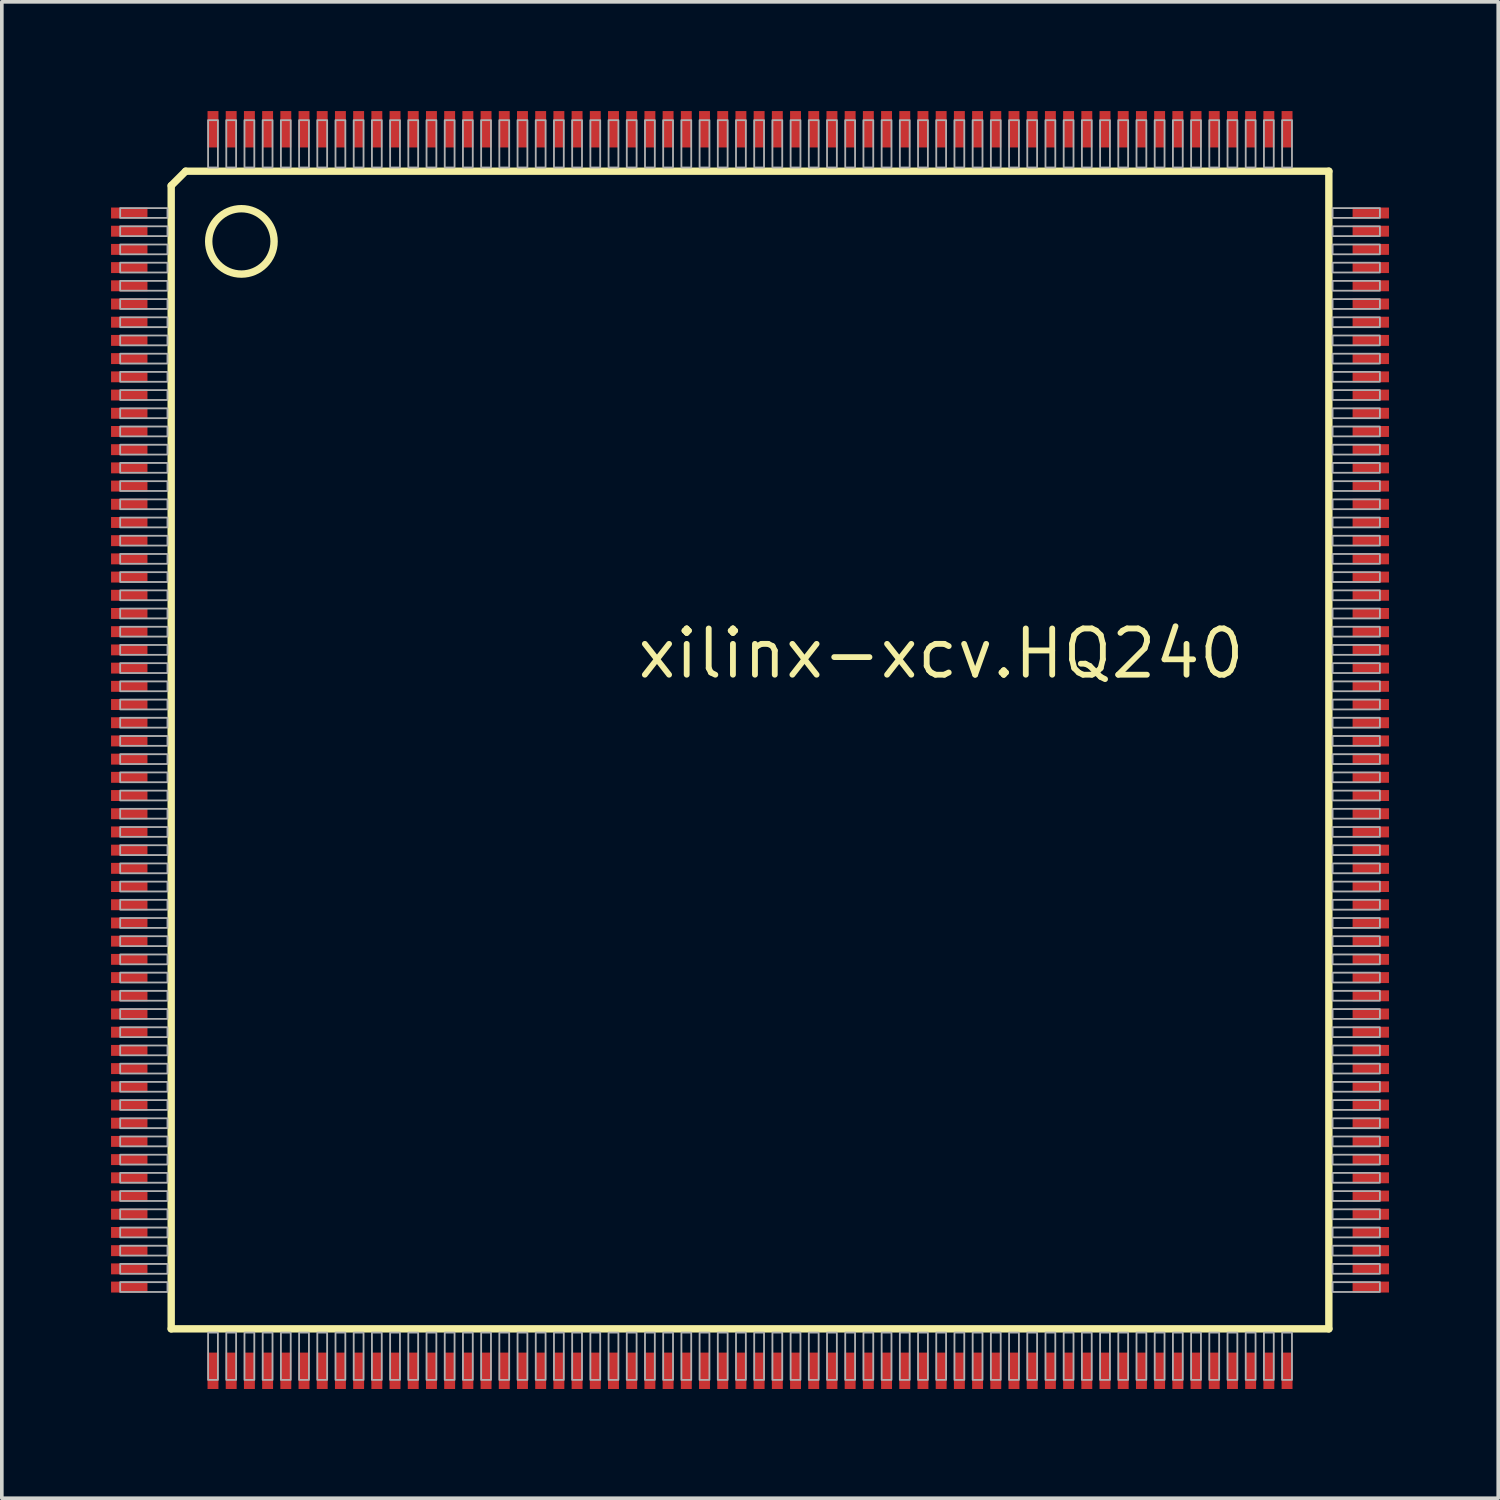
<source format=kicad_pcb>
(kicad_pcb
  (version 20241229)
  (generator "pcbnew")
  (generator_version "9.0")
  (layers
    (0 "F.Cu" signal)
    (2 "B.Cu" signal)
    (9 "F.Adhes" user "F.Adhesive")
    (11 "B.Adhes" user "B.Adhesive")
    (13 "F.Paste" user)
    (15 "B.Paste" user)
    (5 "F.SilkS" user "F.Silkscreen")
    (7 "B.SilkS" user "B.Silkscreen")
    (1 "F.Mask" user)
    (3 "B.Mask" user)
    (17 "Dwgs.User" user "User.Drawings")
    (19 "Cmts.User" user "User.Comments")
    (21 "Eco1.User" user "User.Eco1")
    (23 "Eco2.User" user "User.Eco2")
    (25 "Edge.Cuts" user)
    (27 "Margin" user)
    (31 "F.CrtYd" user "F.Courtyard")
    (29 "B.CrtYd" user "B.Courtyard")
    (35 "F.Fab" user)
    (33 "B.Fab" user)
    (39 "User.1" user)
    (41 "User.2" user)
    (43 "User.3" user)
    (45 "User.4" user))
  (footprint "xilinx-xcv.HQ240"
    (layer "F.Cu")
    (at 17.55 17.55)
    (property "Reference" "xilinx-xcv.HQ240" (at -3.175 -1.905 0) (layer "F.SilkS") (effects (font (size 1.27 1.27) (thickness 0.16)) (justify left bottom)))
    (attr smd)
    (fp_line (start -15.898 -15.5) (end -15.898 15.898) (stroke (width 0.203) (type default)) (layer "F.SilkS"))
    (fp_line (start -15.898 -15.5) (end -15.5 -15.898) (stroke (width 0.203) (type default)) (layer "F.SilkS"))
    (fp_line (start -15.898 15.898) (end 15.898 15.898) (stroke (width 0.203) (type default)) (layer "F.SilkS"))
    (fp_line (start 15.898 -15.898) (end -15.5 -15.898) (stroke (width 0.203) (type default)) (layer "F.SilkS"))
    (fp_line (start 15.898 15.898) (end 15.898 -15.898) (stroke (width 0.203) (type default)) (layer "F.SilkS"))
    (fp_circle (center -13.97 -13.97) (end -13.072 -13.97) (stroke (width 0.203) (type default)) (fill no) (layer "F.SilkS"))
    (fp_rect (start -17.3 -14.615) (end -16 -14.885) (stroke (width 0.05) (type default)) (fill no) (layer "F.Fab"))
    (fp_rect (start -17.3 -14.115) (end -16 -14.385) (stroke (width 0.05) (type default)) (fill no) (layer "F.Fab"))
    (fp_rect (start -17.3 -13.615) (end -16 -13.885) (stroke (width 0.05) (type default)) (fill no) (layer "F.Fab"))
    (fp_rect (start -17.3 -13.115) (end -16 -13.385) (stroke (width 0.05) (type default)) (fill no) (layer "F.Fab"))
    (fp_rect (start -17.3 -12.615) (end -16 -12.885) (stroke (width 0.05) (type default)) (fill no) (layer "F.Fab"))
    (fp_rect (start -17.3 -12.115) (end -16 -12.385) (stroke (width 0.05) (type default)) (fill no) (layer "F.Fab"))
    (fp_rect (start -17.3 -11.615) (end -16 -11.885) (stroke (width 0.05) (type default)) (fill no) (layer "F.Fab"))
    (fp_rect (start -17.3 -11.115) (end -16 -11.385) (stroke (width 0.05) (type default)) (fill no) (layer "F.Fab"))
    (fp_rect (start -17.3 -10.615) (end -16 -10.885) (stroke (width 0.05) (type default)) (fill no) (layer "F.Fab"))
    (fp_rect (start -17.3 -10.115) (end -16 -10.385) (stroke (width 0.05) (type default)) (fill no) (layer "F.Fab"))
    (fp_rect (start -17.3 -9.615) (end -16 -9.885) (stroke (width 0.05) (type default)) (fill no) (layer "F.Fab"))
    (fp_rect (start -17.3 -9.115) (end -16 -9.385) (stroke (width 0.05) (type default)) (fill no) (layer "F.Fab"))
    (fp_rect (start -17.3 -8.615) (end -16 -8.885) (stroke (width 0.05) (type default)) (fill no) (layer "F.Fab"))
    (fp_rect (start -17.3 -8.115) (end -16 -8.385) (stroke (width 0.05) (type default)) (fill no) (layer "F.Fab"))
    (fp_rect (start -17.3 -7.615) (end -16 -7.885) (stroke (width 0.05) (type default)) (fill no) (layer "F.Fab"))
    (fp_rect (start -17.3 -7.115) (end -16 -7.385) (stroke (width 0.05) (type default)) (fill no) (layer "F.Fab"))
    (fp_rect (start -17.3 -6.615) (end -16 -6.885) (stroke (width 0.05) (type default)) (fill no) (layer "F.Fab"))
    (fp_rect (start -17.3 -6.115) (end -16 -6.385) (stroke (width 0.05) (type default)) (fill no) (layer "F.Fab"))
    (fp_rect (start -17.3 -5.615) (end -16 -5.885) (stroke (width 0.05) (type default)) (fill no) (layer "F.Fab"))
    (fp_rect (start -17.3 -5.115) (end -16 -5.385) (stroke (width 0.05) (type default)) (fill no) (layer "F.Fab"))
    (fp_rect (start -17.3 -4.615) (end -16 -4.885) (stroke (width 0.05) (type default)) (fill no) (layer "F.Fab"))
    (fp_rect (start -17.3 -4.115) (end -16 -4.385) (stroke (width 0.05) (type default)) (fill no) (layer "F.Fab"))
    (fp_rect (start -17.3 -3.615) (end -16 -3.885) (stroke (width 0.05) (type default)) (fill no) (layer "F.Fab"))
    (fp_rect (start -17.3 -3.115) (end -16 -3.385) (stroke (width 0.05) (type default)) (fill no) (layer "F.Fab"))
    (fp_rect (start -17.3 -2.615) (end -16 -2.885) (stroke (width 0.05) (type default)) (fill no) (layer "F.Fab"))
    (fp_rect (start -17.3 -2.115) (end -16 -2.385) (stroke (width 0.05) (type default)) (fill no) (layer "F.Fab"))
    (fp_rect (start -17.3 -1.615) (end -16 -1.885) (stroke (width 0.05) (type default)) (fill no) (layer "F.Fab"))
    (fp_rect (start -17.3 -1.115) (end -16 -1.385) (stroke (width 0.05) (type default)) (fill no) (layer "F.Fab"))
    (fp_rect (start -17.3 -0.615) (end -16 -0.885) (stroke (width 0.05) (type default)) (fill no) (layer "F.Fab"))
    (fp_rect (start -17.3 -0.115) (end -16 -0.385) (stroke (width 0.05) (type default)) (fill no) (layer "F.Fab"))
    (fp_rect (start -17.3 0.385) (end -16 0.115) (stroke (width 0.05) (type default)) (fill no) (layer "F.Fab"))
    (fp_rect (start -17.3 0.885) (end -16 0.615) (stroke (width 0.05) (type default)) (fill no) (layer "F.Fab"))
    (fp_rect (start -17.3 1.385) (end -16 1.115) (stroke (width 0.05) (type default)) (fill no) (layer "F.Fab"))
    (fp_rect (start -17.3 1.885) (end -16 1.615) (stroke (width 0.05) (type default)) (fill no) (layer "F.Fab"))
    (fp_rect (start -17.3 2.385) (end -16 2.115) (stroke (width 0.05) (type default)) (fill no) (layer "F.Fab"))
    (fp_rect (start -17.3 2.885) (end -16 2.615) (stroke (width 0.05) (type default)) (fill no) (layer "F.Fab"))
    (fp_rect (start -17.3 3.385) (end -16 3.115) (stroke (width 0.05) (type default)) (fill no) (layer "F.Fab"))
    (fp_rect (start -17.3 3.885) (end -16 3.615) (stroke (width 0.05) (type default)) (fill no) (layer "F.Fab"))
    (fp_rect (start -17.3 4.385) (end -16 4.115) (stroke (width 0.05) (type default)) (fill no) (layer "F.Fab"))
    (fp_rect (start -17.3 4.885) (end -16 4.615) (stroke (width 0.05) (type default)) (fill no) (layer "F.Fab"))
    (fp_rect (start -17.3 5.385) (end -16 5.115) (stroke (width 0.05) (type default)) (fill no) (layer "F.Fab"))
    (fp_rect (start -17.3 5.885) (end -16 5.615) (stroke (width 0.05) (type default)) (fill no) (layer "F.Fab"))
    (fp_rect (start -17.3 6.385) (end -16 6.115) (stroke (width 0.05) (type default)) (fill no) (layer "F.Fab"))
    (fp_rect (start -17.3 6.885) (end -16 6.615) (stroke (width 0.05) (type default)) (fill no) (layer "F.Fab"))
    (fp_rect (start -17.3 7.385) (end -16 7.115) (stroke (width 0.05) (type default)) (fill no) (layer "F.Fab"))
    (fp_rect (start -17.3 7.885) (end -16 7.615) (stroke (width 0.05) (type default)) (fill no) (layer "F.Fab"))
    (fp_rect (start -17.3 8.385) (end -16 8.115) (stroke (width 0.05) (type default)) (fill no) (layer "F.Fab"))
    (fp_rect (start -17.3 8.885) (end -16 8.615) (stroke (width 0.05) (type default)) (fill no) (layer "F.Fab"))
    (fp_rect (start -17.3 9.385) (end -16 9.115) (stroke (width 0.05) (type default)) (fill no) (layer "F.Fab"))
    (fp_rect (start -17.3 9.885) (end -16 9.615) (stroke (width 0.05) (type default)) (fill no) (layer "F.Fab"))
    (fp_rect (start -17.3 10.385) (end -16 10.115) (stroke (width 0.05) (type default)) (fill no) (layer "F.Fab"))
    (fp_rect (start -17.3 10.885) (end -16 10.615) (stroke (width 0.05) (type default)) (fill no) (layer "F.Fab"))
    (fp_rect (start -17.3 11.385) (end -16 11.115) (stroke (width 0.05) (type default)) (fill no) (layer "F.Fab"))
    (fp_rect (start -17.3 11.885) (end -16 11.615) (stroke (width 0.05) (type default)) (fill no) (layer "F.Fab"))
    (fp_rect (start -17.3 12.385) (end -16 12.115) (stroke (width 0.05) (type default)) (fill no) (layer "F.Fab"))
    (fp_rect (start -17.3 12.885) (end -16 12.615) (stroke (width 0.05) (type default)) (fill no) (layer "F.Fab"))
    (fp_rect (start -17.3 13.385) (end -16 13.115) (stroke (width 0.05) (type default)) (fill no) (layer "F.Fab"))
    (fp_rect (start -17.3 13.885) (end -16 13.615) (stroke (width 0.05) (type default)) (fill no) (layer "F.Fab"))
    (fp_rect (start -17.3 14.385) (end -16 14.115) (stroke (width 0.05) (type default)) (fill no) (layer "F.Fab"))
    (fp_rect (start -17.3 14.885) (end -16 14.615) (stroke (width 0.05) (type default)) (fill no) (layer "F.Fab"))
    (fp_rect (start -14.885 -16) (end -14.615 -17.3) (stroke (width 0.05) (type default)) (fill no) (layer "F.Fab"))
    (fp_rect (start -14.885 17.3) (end -14.615 16) (stroke (width 0.05) (type default)) (fill no) (layer "F.Fab"))
    (fp_rect (start -14.385 -16) (end -14.115 -17.3) (stroke (width 0.05) (type default)) (fill no) (layer "F.Fab"))
    (fp_rect (start -14.385 17.3) (end -14.115 16) (stroke (width 0.05) (type default)) (fill no) (layer "F.Fab"))
    (fp_rect (start -13.885 -16) (end -13.615 -17.3) (stroke (width 0.05) (type default)) (fill no) (layer "F.Fab"))
    (fp_rect (start -13.885 17.3) (end -13.615 16) (stroke (width 0.05) (type default)) (fill no) (layer "F.Fab"))
    (fp_rect (start -13.385 -16) (end -13.115 -17.3) (stroke (width 0.05) (type default)) (fill no) (layer "F.Fab"))
    (fp_rect (start -13.385 17.3) (end -13.115 16) (stroke (width 0.05) (type default)) (fill no) (layer "F.Fab"))
    (fp_rect (start -12.885 -16) (end -12.615 -17.3) (stroke (width 0.05) (type default)) (fill no) (layer "F.Fab"))
    (fp_rect (start -12.885 17.3) (end -12.615 16) (stroke (width 0.05) (type default)) (fill no) (layer "F.Fab"))
    (fp_rect (start -12.385 -16) (end -12.115 -17.3) (stroke (width 0.05) (type default)) (fill no) (layer "F.Fab"))
    (fp_rect (start -12.385 17.3) (end -12.115 16) (stroke (width 0.05) (type default)) (fill no) (layer "F.Fab"))
    (fp_rect (start -11.885 -16) (end -11.615 -17.3) (stroke (width 0.05) (type default)) (fill no) (layer "F.Fab"))
    (fp_rect (start -11.885 17.3) (end -11.615 16) (stroke (width 0.05) (type default)) (fill no) (layer "F.Fab"))
    (fp_rect (start -11.385 -16) (end -11.115 -17.3) (stroke (width 0.05) (type default)) (fill no) (layer "F.Fab"))
    (fp_rect (start -11.385 17.3) (end -11.115 16) (stroke (width 0.05) (type default)) (fill no) (layer "F.Fab"))
    (fp_rect (start -10.885 -16) (end -10.615 -17.3) (stroke (width 0.05) (type default)) (fill no) (layer "F.Fab"))
    (fp_rect (start -10.885 17.3) (end -10.615 16) (stroke (width 0.05) (type default)) (fill no) (layer "F.Fab"))
    (fp_rect (start -10.385 -16) (end -10.115 -17.3) (stroke (width 0.05) (type default)) (fill no) (layer "F.Fab"))
    (fp_rect (start -10.385 17.3) (end -10.115 16) (stroke (width 0.05) (type default)) (fill no) (layer "F.Fab"))
    (fp_rect (start -9.885 -16) (end -9.615 -17.3) (stroke (width 0.05) (type default)) (fill no) (layer "F.Fab"))
    (fp_rect (start -9.885 17.3) (end -9.615 16) (stroke (width 0.05) (type default)) (fill no) (layer "F.Fab"))
    (fp_rect (start -9.385 -16) (end -9.115 -17.3) (stroke (width 0.05) (type default)) (fill no) (layer "F.Fab"))
    (fp_rect (start -9.385 17.3) (end -9.115 16) (stroke (width 0.05) (type default)) (fill no) (layer "F.Fab"))
    (fp_rect (start -8.885 -16) (end -8.615 -17.3) (stroke (width 0.05) (type default)) (fill no) (layer "F.Fab"))
    (fp_rect (start -8.885 17.3) (end -8.615 16) (stroke (width 0.05) (type default)) (fill no) (layer "F.Fab"))
    (fp_rect (start -8.385 -16) (end -8.115 -17.3) (stroke (width 0.05) (type default)) (fill no) (layer "F.Fab"))
    (fp_rect (start -8.385 17.3) (end -8.115 16) (stroke (width 0.05) (type default)) (fill no) (layer "F.Fab"))
    (fp_rect (start -7.885 -16) (end -7.615 -17.3) (stroke (width 0.05) (type default)) (fill no) (layer "F.Fab"))
    (fp_rect (start -7.885 17.3) (end -7.615 16) (stroke (width 0.05) (type default)) (fill no) (layer "F.Fab"))
    (fp_rect (start -7.385 -16) (end -7.115 -17.3) (stroke (width 0.05) (type default)) (fill no) (layer "F.Fab"))
    (fp_rect (start -7.385 17.3) (end -7.115 16) (stroke (width 0.05) (type default)) (fill no) (layer "F.Fab"))
    (fp_rect (start -6.885 -16) (end -6.615 -17.3) (stroke (width 0.05) (type default)) (fill no) (layer "F.Fab"))
    (fp_rect (start -6.885 17.3) (end -6.615 16) (stroke (width 0.05) (type default)) (fill no) (layer "F.Fab"))
    (fp_rect (start -6.385 -16) (end -6.115 -17.3) (stroke (width 0.05) (type default)) (fill no) (layer "F.Fab"))
    (fp_rect (start -6.385 17.3) (end -6.115 16) (stroke (width 0.05) (type default)) (fill no) (layer "F.Fab"))
    (fp_rect (start -5.885 -16) (end -5.615 -17.3) (stroke (width 0.05) (type default)) (fill no) (layer "F.Fab"))
    (fp_rect (start -5.885 17.3) (end -5.615 16) (stroke (width 0.05) (type default)) (fill no) (layer "F.Fab"))
    (fp_rect (start -5.385 -16) (end -5.115 -17.3) (stroke (width 0.05) (type default)) (fill no) (layer "F.Fab"))
    (fp_rect (start -5.385 17.3) (end -5.115 16) (stroke (width 0.05) (type default)) (fill no) (layer "F.Fab"))
    (fp_rect (start -4.885 -16) (end -4.615 -17.3) (stroke (width 0.05) (type default)) (fill no) (layer "F.Fab"))
    (fp_rect (start -4.885 17.3) (end -4.615 16) (stroke (width 0.05) (type default)) (fill no) (layer "F.Fab"))
    (fp_rect (start -4.385 -16) (end -4.115 -17.3) (stroke (width 0.05) (type default)) (fill no) (layer "F.Fab"))
    (fp_rect (start -4.385 17.3) (end -4.115 16) (stroke (width 0.05) (type default)) (fill no) (layer "F.Fab"))
    (fp_rect (start -3.885 -16) (end -3.615 -17.3) (stroke (width 0.05) (type default)) (fill no) (layer "F.Fab"))
    (fp_rect (start -3.885 17.3) (end -3.615 16) (stroke (width 0.05) (type default)) (fill no) (layer "F.Fab"))
    (fp_rect (start -3.385 -16) (end -3.115 -17.3) (stroke (width 0.05) (type default)) (fill no) (layer "F.Fab"))
    (fp_rect (start -3.385 17.3) (end -3.115 16) (stroke (width 0.05) (type default)) (fill no) (layer "F.Fab"))
    (fp_rect (start -2.885 -16) (end -2.615 -17.3) (stroke (width 0.05) (type default)) (fill no) (layer "F.Fab"))
    (fp_rect (start -2.885 17.3) (end -2.615 16) (stroke (width 0.05) (type default)) (fill no) (layer "F.Fab"))
    (fp_rect (start -2.385 -16) (end -2.115 -17.3) (stroke (width 0.05) (type default)) (fill no) (layer "F.Fab"))
    (fp_rect (start -2.385 17.3) (end -2.115 16) (stroke (width 0.05) (type default)) (fill no) (layer "F.Fab"))
    (fp_rect (start -1.885 -16) (end -1.615 -17.3) (stroke (width 0.05) (type default)) (fill no) (layer "F.Fab"))
    (fp_rect (start -1.885 17.3) (end -1.615 16) (stroke (width 0.05) (type default)) (fill no) (layer "F.Fab"))
    (fp_rect (start -1.385 -16) (end -1.115 -17.3) (stroke (width 0.05) (type default)) (fill no) (layer "F.Fab"))
    (fp_rect (start -1.385 17.3) (end -1.115 16) (stroke (width 0.05) (type default)) (fill no) (layer "F.Fab"))
    (fp_rect (start -0.885 -16) (end -0.615 -17.3) (stroke (width 0.05) (type default)) (fill no) (layer "F.Fab"))
    (fp_rect (start -0.885 17.3) (end -0.615 16) (stroke (width 0.05) (type default)) (fill no) (layer "F.Fab"))
    (fp_rect (start -0.385 -16) (end -0.115 -17.3) (stroke (width 0.05) (type default)) (fill no) (layer "F.Fab"))
    (fp_rect (start -0.385 17.3) (end -0.115 16) (stroke (width 0.05) (type default)) (fill no) (layer "F.Fab"))
    (fp_rect (start 0.115 -16) (end 0.385 -17.3) (stroke (width 0.05) (type default)) (fill no) (layer "F.Fab"))
    (fp_rect (start 0.115 17.3) (end 0.385 16) (stroke (width 0.05) (type default)) (fill no) (layer "F.Fab"))
    (fp_rect (start 0.615 -16) (end 0.885 -17.3) (stroke (width 0.05) (type default)) (fill no) (layer "F.Fab"))
    (fp_rect (start 0.615 17.3) (end 0.885 16) (stroke (width 0.05) (type default)) (fill no) (layer "F.Fab"))
    (fp_rect (start 1.115 -16) (end 1.385 -17.3) (stroke (width 0.05) (type default)) (fill no) (layer "F.Fab"))
    (fp_rect (start 1.115 17.3) (end 1.385 16) (stroke (width 0.05) (type default)) (fill no) (layer "F.Fab"))
    (fp_rect (start 1.615 -16) (end 1.885 -17.3) (stroke (width 0.05) (type default)) (fill no) (layer "F.Fab"))
    (fp_rect (start 1.615 17.3) (end 1.885 16) (stroke (width 0.05) (type default)) (fill no) (layer "F.Fab"))
    (fp_rect (start 2.115 -16) (end 2.385 -17.3) (stroke (width 0.05) (type default)) (fill no) (layer "F.Fab"))
    (fp_rect (start 2.115 17.3) (end 2.385 16) (stroke (width 0.05) (type default)) (fill no) (layer "F.Fab"))
    (fp_rect (start 2.615 -16) (end 2.885 -17.3) (stroke (width 0.05) (type default)) (fill no) (layer "F.Fab"))
    (fp_rect (start 2.615 17.3) (end 2.885 16) (stroke (width 0.05) (type default)) (fill no) (layer "F.Fab"))
    (fp_rect (start 3.115 -16) (end 3.385 -17.3) (stroke (width 0.05) (type default)) (fill no) (layer "F.Fab"))
    (fp_rect (start 3.115 17.3) (end 3.385 16) (stroke (width 0.05) (type default)) (fill no) (layer "F.Fab"))
    (fp_rect (start 3.615 -16) (end 3.885 -17.3) (stroke (width 0.05) (type default)) (fill no) (layer "F.Fab"))
    (fp_rect (start 3.615 17.3) (end 3.885 16) (stroke (width 0.05) (type default)) (fill no) (layer "F.Fab"))
    (fp_rect (start 4.115 -16) (end 4.385 -17.3) (stroke (width 0.05) (type default)) (fill no) (layer "F.Fab"))
    (fp_rect (start 4.115 17.3) (end 4.385 16) (stroke (width 0.05) (type default)) (fill no) (layer "F.Fab"))
    (fp_rect (start 4.615 -16) (end 4.885 -17.3) (stroke (width 0.05) (type default)) (fill no) (layer "F.Fab"))
    (fp_rect (start 4.615 17.3) (end 4.885 16) (stroke (width 0.05) (type default)) (fill no) (layer "F.Fab"))
    (fp_rect (start 5.115 -16) (end 5.385 -17.3) (stroke (width 0.05) (type default)) (fill no) (layer "F.Fab"))
    (fp_rect (start 5.115 17.3) (end 5.385 16) (stroke (width 0.05) (type default)) (fill no) (layer "F.Fab"))
    (fp_rect (start 5.615 -16) (end 5.885 -17.3) (stroke (width 0.05) (type default)) (fill no) (layer "F.Fab"))
    (fp_rect (start 5.615 17.3) (end 5.885 16) (stroke (width 0.05) (type default)) (fill no) (layer "F.Fab"))
    (fp_rect (start 6.115 -16) (end 6.385 -17.3) (stroke (width 0.05) (type default)) (fill no) (layer "F.Fab"))
    (fp_rect (start 6.115 17.3) (end 6.385 16) (stroke (width 0.05) (type default)) (fill no) (layer "F.Fab"))
    (fp_rect (start 6.615 -16) (end 6.885 -17.3) (stroke (width 0.05) (type default)) (fill no) (layer "F.Fab"))
    (fp_rect (start 6.615 17.3) (end 6.885 16) (stroke (width 0.05) (type default)) (fill no) (layer "F.Fab"))
    (fp_rect (start 7.115 -16) (end 7.385 -17.3) (stroke (width 0.05) (type default)) (fill no) (layer "F.Fab"))
    (fp_rect (start 7.115 17.3) (end 7.385 16) (stroke (width 0.05) (type default)) (fill no) (layer "F.Fab"))
    (fp_rect (start 7.615 -16) (end 7.885 -17.3) (stroke (width 0.05) (type default)) (fill no) (layer "F.Fab"))
    (fp_rect (start 7.615 17.3) (end 7.885 16) (stroke (width 0.05) (type default)) (fill no) (layer "F.Fab"))
    (fp_rect (start 8.115 -16) (end 8.385 -17.3) (stroke (width 0.05) (type default)) (fill no) (layer "F.Fab"))
    (fp_rect (start 8.115 17.3) (end 8.385 16) (stroke (width 0.05) (type default)) (fill no) (layer "F.Fab"))
    (fp_rect (start 8.615 -16) (end 8.885 -17.3) (stroke (width 0.05) (type default)) (fill no) (layer "F.Fab"))
    (fp_rect (start 8.615 17.3) (end 8.885 16) (stroke (width 0.05) (type default)) (fill no) (layer "F.Fab"))
    (fp_rect (start 9.115 -16) (end 9.385 -17.3) (stroke (width 0.05) (type default)) (fill no) (layer "F.Fab"))
    (fp_rect (start 9.115 17.3) (end 9.385 16) (stroke (width 0.05) (type default)) (fill no) (layer "F.Fab"))
    (fp_rect (start 9.615 -16) (end 9.885 -17.3) (stroke (width 0.05) (type default)) (fill no) (layer "F.Fab"))
    (fp_rect (start 9.615 17.3) (end 9.885 16) (stroke (width 0.05) (type default)) (fill no) (layer "F.Fab"))
    (fp_rect (start 10.115 -16) (end 10.385 -17.3) (stroke (width 0.05) (type default)) (fill no) (layer "F.Fab"))
    (fp_rect (start 10.115 17.3) (end 10.385 16) (stroke (width 0.05) (type default)) (fill no) (layer "F.Fab"))
    (fp_rect (start 10.615 -16) (end 10.885 -17.3) (stroke (width 0.05) (type default)) (fill no) (layer "F.Fab"))
    (fp_rect (start 10.615 17.3) (end 10.885 16) (stroke (width 0.05) (type default)) (fill no) (layer "F.Fab"))
    (fp_rect (start 11.115 -16) (end 11.385 -17.3) (stroke (width 0.05) (type default)) (fill no) (layer "F.Fab"))
    (fp_rect (start 11.115 17.3) (end 11.385 16) (stroke (width 0.05) (type default)) (fill no) (layer "F.Fab"))
    (fp_rect (start 11.615 -16) (end 11.885 -17.3) (stroke (width 0.05) (type default)) (fill no) (layer "F.Fab"))
    (fp_rect (start 11.615 17.3) (end 11.885 16) (stroke (width 0.05) (type default)) (fill no) (layer "F.Fab"))
    (fp_rect (start 12.115 -16) (end 12.385 -17.3) (stroke (width 0.05) (type default)) (fill no) (layer "F.Fab"))
    (fp_rect (start 12.115 17.3) (end 12.385 16) (stroke (width 0.05) (type default)) (fill no) (layer "F.Fab"))
    (fp_rect (start 12.615 -16) (end 12.885 -17.3) (stroke (width 0.05) (type default)) (fill no) (layer "F.Fab"))
    (fp_rect (start 12.615 17.3) (end 12.885 16) (stroke (width 0.05) (type default)) (fill no) (layer "F.Fab"))
    (fp_rect (start 13.115 -16) (end 13.385 -17.3) (stroke (width 0.05) (type default)) (fill no) (layer "F.Fab"))
    (fp_rect (start 13.115 17.3) (end 13.385 16) (stroke (width 0.05) (type default)) (fill no) (layer "F.Fab"))
    (fp_rect (start 13.615 -16) (end 13.885 -17.3) (stroke (width 0.05) (type default)) (fill no) (layer "F.Fab"))
    (fp_rect (start 13.615 17.3) (end 13.885 16) (stroke (width 0.05) (type default)) (fill no) (layer "F.Fab"))
    (fp_rect (start 14.115 -16) (end 14.385 -17.3) (stroke (width 0.05) (type default)) (fill no) (layer "F.Fab"))
    (fp_rect (start 14.115 17.3) (end 14.385 16) (stroke (width 0.05) (type default)) (fill no) (layer "F.Fab"))
    (fp_rect (start 14.615 -16) (end 14.885 -17.3) (stroke (width 0.05) (type default)) (fill no) (layer "F.Fab"))
    (fp_rect (start 14.615 17.3) (end 14.885 16) (stroke (width 0.05) (type default)) (fill no) (layer "F.Fab"))
    (fp_rect (start 16 -14.615) (end 17.3 -14.885) (stroke (width 0.05) (type default)) (fill no) (layer "F.Fab"))
    (fp_rect (start 16 -14.115) (end 17.3 -14.385) (stroke (width 0.05) (type default)) (fill no) (layer "F.Fab"))
    (fp_rect (start 16 -13.615) (end 17.3 -13.885) (stroke (width 0.05) (type default)) (fill no) (layer "F.Fab"))
    (fp_rect (start 16 -13.115) (end 17.3 -13.385) (stroke (width 0.05) (type default)) (fill no) (layer "F.Fab"))
    (fp_rect (start 16 -12.615) (end 17.3 -12.885) (stroke (width 0.05) (type default)) (fill no) (layer "F.Fab"))
    (fp_rect (start 16 -12.115) (end 17.3 -12.385) (stroke (width 0.05) (type default)) (fill no) (layer "F.Fab"))
    (fp_rect (start 16 -11.615) (end 17.3 -11.885) (stroke (width 0.05) (type default)) (fill no) (layer "F.Fab"))
    (fp_rect (start 16 -11.115) (end 17.3 -11.385) (stroke (width 0.05) (type default)) (fill no) (layer "F.Fab"))
    (fp_rect (start 16 -10.615) (end 17.3 -10.885) (stroke (width 0.05) (type default)) (fill no) (layer "F.Fab"))
    (fp_rect (start 16 -10.115) (end 17.3 -10.385) (stroke (width 0.05) (type default)) (fill no) (layer "F.Fab"))
    (fp_rect (start 16 -9.615) (end 17.3 -9.885) (stroke (width 0.05) (type default)) (fill no) (layer "F.Fab"))
    (fp_rect (start 16 -9.115) (end 17.3 -9.385) (stroke (width 0.05) (type default)) (fill no) (layer "F.Fab"))
    (fp_rect (start 16 -8.615) (end 17.3 -8.885) (stroke (width 0.05) (type default)) (fill no) (layer "F.Fab"))
    (fp_rect (start 16 -8.115) (end 17.3 -8.385) (stroke (width 0.05) (type default)) (fill no) (layer "F.Fab"))
    (fp_rect (start 16 -7.615) (end 17.3 -7.885) (stroke (width 0.05) (type default)) (fill no) (layer "F.Fab"))
    (fp_rect (start 16 -7.115) (end 17.3 -7.385) (stroke (width 0.05) (type default)) (fill no) (layer "F.Fab"))
    (fp_rect (start 16 -6.615) (end 17.3 -6.885) (stroke (width 0.05) (type default)) (fill no) (layer "F.Fab"))
    (fp_rect (start 16 -6.115) (end 17.3 -6.385) (stroke (width 0.05) (type default)) (fill no) (layer "F.Fab"))
    (fp_rect (start 16 -5.615) (end 17.3 -5.885) (stroke (width 0.05) (type default)) (fill no) (layer "F.Fab"))
    (fp_rect (start 16 -5.115) (end 17.3 -5.385) (stroke (width 0.05) (type default)) (fill no) (layer "F.Fab"))
    (fp_rect (start 16 -4.615) (end 17.3 -4.885) (stroke (width 0.05) (type default)) (fill no) (layer "F.Fab"))
    (fp_rect (start 16 -4.115) (end 17.3 -4.385) (stroke (width 0.05) (type default)) (fill no) (layer "F.Fab"))
    (fp_rect (start 16 -3.615) (end 17.3 -3.885) (stroke (width 0.05) (type default)) (fill no) (layer "F.Fab"))
    (fp_rect (start 16 -3.115) (end 17.3 -3.385) (stroke (width 0.05) (type default)) (fill no) (layer "F.Fab"))
    (fp_rect (start 16 -2.615) (end 17.3 -2.885) (stroke (width 0.05) (type default)) (fill no) (layer "F.Fab"))
    (fp_rect (start 16 -2.115) (end 17.3 -2.385) (stroke (width 0.05) (type default)) (fill no) (layer "F.Fab"))
    (fp_rect (start 16 -1.615) (end 17.3 -1.885) (stroke (width 0.05) (type default)) (fill no) (layer "F.Fab"))
    (fp_rect (start 16 -1.115) (end 17.3 -1.385) (stroke (width 0.05) (type default)) (fill no) (layer "F.Fab"))
    (fp_rect (start 16 -0.615) (end 17.3 -0.885) (stroke (width 0.05) (type default)) (fill no) (layer "F.Fab"))
    (fp_rect (start 16 -0.115) (end 17.3 -0.385) (stroke (width 0.05) (type default)) (fill no) (layer "F.Fab"))
    (fp_rect (start 16 0.385) (end 17.3 0.115) (stroke (width 0.05) (type default)) (fill no) (layer "F.Fab"))
    (fp_rect (start 16 0.885) (end 17.3 0.615) (stroke (width 0.05) (type default)) (fill no) (layer "F.Fab"))
    (fp_rect (start 16 1.385) (end 17.3 1.115) (stroke (width 0.05) (type default)) (fill no) (layer "F.Fab"))
    (fp_rect (start 16 1.885) (end 17.3 1.615) (stroke (width 0.05) (type default)) (fill no) (layer "F.Fab"))
    (fp_rect (start 16 2.385) (end 17.3 2.115) (stroke (width 0.05) (type default)) (fill no) (layer "F.Fab"))
    (fp_rect (start 16 2.885) (end 17.3 2.615) (stroke (width 0.05) (type default)) (fill no) (layer "F.Fab"))
    (fp_rect (start 16 3.385) (end 17.3 3.115) (stroke (width 0.05) (type default)) (fill no) (layer "F.Fab"))
    (fp_rect (start 16 3.885) (end 17.3 3.615) (stroke (width 0.05) (type default)) (fill no) (layer "F.Fab"))
    (fp_rect (start 16 4.385) (end 17.3 4.115) (stroke (width 0.05) (type default)) (fill no) (layer "F.Fab"))
    (fp_rect (start 16 4.885) (end 17.3 4.615) (stroke (width 0.05) (type default)) (fill no) (layer "F.Fab"))
    (fp_rect (start 16 5.385) (end 17.3 5.115) (stroke (width 0.05) (type default)) (fill no) (layer "F.Fab"))
    (fp_rect (start 16 5.885) (end 17.3 5.615) (stroke (width 0.05) (type default)) (fill no) (layer "F.Fab"))
    (fp_rect (start 16 6.385) (end 17.3 6.115) (stroke (width 0.05) (type default)) (fill no) (layer "F.Fab"))
    (fp_rect (start 16 6.885) (end 17.3 6.615) (stroke (width 0.05) (type default)) (fill no) (layer "F.Fab"))
    (fp_rect (start 16 7.385) (end 17.3 7.115) (stroke (width 0.05) (type default)) (fill no) (layer "F.Fab"))
    (fp_rect (start 16 7.885) (end 17.3 7.615) (stroke (width 0.05) (type default)) (fill no) (layer "F.Fab"))
    (fp_rect (start 16 8.385) (end 17.3 8.115) (stroke (width 0.05) (type default)) (fill no) (layer "F.Fab"))
    (fp_rect (start 16 8.885) (end 17.3 8.615) (stroke (width 0.05) (type default)) (fill no) (layer "F.Fab"))
    (fp_rect (start 16 9.385) (end 17.3 9.115) (stroke (width 0.05) (type default)) (fill no) (layer "F.Fab"))
    (fp_rect (start 16 9.885) (end 17.3 9.615) (stroke (width 0.05) (type default)) (fill no) (layer "F.Fab"))
    (fp_rect (start 16 10.385) (end 17.3 10.115) (stroke (width 0.05) (type default)) (fill no) (layer "F.Fab"))
    (fp_rect (start 16 10.885) (end 17.3 10.615) (stroke (width 0.05) (type default)) (fill no) (layer "F.Fab"))
    (fp_rect (start 16 11.385) (end 17.3 11.115) (stroke (width 0.05) (type default)) (fill no) (layer "F.Fab"))
    (fp_rect (start 16 11.885) (end 17.3 11.615) (stroke (width 0.05) (type default)) (fill no) (layer "F.Fab"))
    (fp_rect (start 16 12.385) (end 17.3 12.115) (stroke (width 0.05) (type default)) (fill no) (layer "F.Fab"))
    (fp_rect (start 16 12.885) (end 17.3 12.615) (stroke (width 0.05) (type default)) (fill no) (layer "F.Fab"))
    (fp_rect (start 16 13.385) (end 17.3 13.115) (stroke (width 0.05) (type default)) (fill no) (layer "F.Fab"))
    (fp_rect (start 16 13.885) (end 17.3 13.615) (stroke (width 0.05) (type default)) (fill no) (layer "F.Fab"))
    (fp_rect (start 16 14.385) (end 17.3 14.115) (stroke (width 0.05) (type default)) (fill no) (layer "F.Fab"))
    (fp_rect (start 16 14.885) (end 17.3 14.615) (stroke (width 0.05) (type default)) (fill no) (layer "F.Fab"))
    (pad "1" smd roundrect (at -17.05 -14.75) (size 1 0.3) (layers "F.Cu" "F.Mask" "F.Paste") (roundrect_rratio 0.01))
    (pad "2" smd roundrect (at -17.05 -14.25) (size 1 0.3) (layers "F.Cu" "F.Mask" "F.Paste") (roundrect_rratio 0.01))
    (pad "3" smd roundrect (at -17.05 -13.75) (size 1 0.3) (layers "F.Cu" "F.Mask" "F.Paste") (roundrect_rratio 0.01))
    (pad "4" smd roundrect (at -17.05 -13.25) (size 1 0.3) (layers "F.Cu" "F.Mask" "F.Paste") (roundrect_rratio 0.01))
    (pad "5" smd roundrect (at -17.05 -12.75) (size 1 0.3) (layers "F.Cu" "F.Mask" "F.Paste") (roundrect_rratio 0.01))
    (pad "6" smd roundrect (at -17.05 -12.25) (size 1 0.3) (layers "F.Cu" "F.Mask" "F.Paste") (roundrect_rratio 0.01))
    (pad "7" smd roundrect (at -17.05 -11.75) (size 1 0.3) (layers "F.Cu" "F.Mask" "F.Paste") (roundrect_rratio 0.01))
    (pad "8" smd roundrect (at -17.05 -11.25) (size 1 0.3) (layers "F.Cu" "F.Mask" "F.Paste") (roundrect_rratio 0.01))
    (pad "9" smd roundrect (at -17.05 -10.75) (size 1 0.3) (layers "F.Cu" "F.Mask" "F.Paste") (roundrect_rratio 0.01))
    (pad "10" smd roundrect (at -17.05 -10.25) (size 1 0.3) (layers "F.Cu" "F.Mask" "F.Paste") (roundrect_rratio 0.01))
    (pad "11" smd roundrect (at -17.05 -9.75) (size 1 0.3) (layers "F.Cu" "F.Mask" "F.Paste") (roundrect_rratio 0.01))
    (pad "12" smd roundrect (at -17.05 -9.25) (size 1 0.3) (layers "F.Cu" "F.Mask" "F.Paste") (roundrect_rratio 0.01))
    (pad "13" smd roundrect (at -17.05 -8.75) (size 1 0.3) (layers "F.Cu" "F.Mask" "F.Paste") (roundrect_rratio 0.01))
    (pad "14" smd roundrect (at -17.05 -8.25) (size 1 0.3) (layers "F.Cu" "F.Mask" "F.Paste") (roundrect_rratio 0.01))
    (pad "15" smd roundrect (at -17.05 -7.75) (size 1 0.3) (layers "F.Cu" "F.Mask" "F.Paste") (roundrect_rratio 0.01))
    (pad "16" smd roundrect (at -17.05 -7.25) (size 1 0.3) (layers "F.Cu" "F.Mask" "F.Paste") (roundrect_rratio 0.01))
    (pad "17" smd roundrect (at -17.05 -6.75) (size 1 0.3) (layers "F.Cu" "F.Mask" "F.Paste") (roundrect_rratio 0.01))
    (pad "18" smd roundrect (at -17.05 -6.25) (size 1 0.3) (layers "F.Cu" "F.Mask" "F.Paste") (roundrect_rratio 0.01))
    (pad "19" smd roundrect (at -17.05 -5.75) (size 1 0.3) (layers "F.Cu" "F.Mask" "F.Paste") (roundrect_rratio 0.01))
    (pad "20" smd roundrect (at -17.05 -5.25) (size 1 0.3) (layers "F.Cu" "F.Mask" "F.Paste") (roundrect_rratio 0.01))
    (pad "21" smd roundrect (at -17.05 -4.75) (size 1 0.3) (layers "F.Cu" "F.Mask" "F.Paste") (roundrect_rratio 0.01))
    (pad "22" smd roundrect (at -17.05 -4.25) (size 1 0.3) (layers "F.Cu" "F.Mask" "F.Paste") (roundrect_rratio 0.01))
    (pad "23" smd roundrect (at -17.05 -3.75) (size 1 0.3) (layers "F.Cu" "F.Mask" "F.Paste") (roundrect_rratio 0.01))
    (pad "24" smd roundrect (at -17.05 -3.25) (size 1 0.3) (layers "F.Cu" "F.Mask" "F.Paste") (roundrect_rratio 0.01))
    (pad "25" smd roundrect (at -17.05 -2.75) (size 1 0.3) (layers "F.Cu" "F.Mask" "F.Paste") (roundrect_rratio 0.01))
    (pad "26" smd roundrect (at -17.05 -2.25) (size 1 0.3) (layers "F.Cu" "F.Mask" "F.Paste") (roundrect_rratio 0.01))
    (pad "27" smd roundrect (at -17.05 -1.75) (size 1 0.3) (layers "F.Cu" "F.Mask" "F.Paste") (roundrect_rratio 0.01))
    (pad "28" smd roundrect (at -17.05 -1.25) (size 1 0.3) (layers "F.Cu" "F.Mask" "F.Paste") (roundrect_rratio 0.01))
    (pad "29" smd roundrect (at -17.05 -0.75) (size 1 0.3) (layers "F.Cu" "F.Mask" "F.Paste") (roundrect_rratio 0.01))
    (pad "30" smd roundrect (at -17.05 -0.25) (size 1 0.3) (layers "F.Cu" "F.Mask" "F.Paste") (roundrect_rratio 0.01))
    (pad "31" smd roundrect (at -17.05 0.25) (size 1 0.3) (layers "F.Cu" "F.Mask" "F.Paste") (roundrect_rratio 0.01))
    (pad "32" smd roundrect (at -17.05 0.75) (size 1 0.3) (layers "F.Cu" "F.Mask" "F.Paste") (roundrect_rratio 0.01))
    (pad "33" smd roundrect (at -17.05 1.25) (size 1 0.3) (layers "F.Cu" "F.Mask" "F.Paste") (roundrect_rratio 0.01))
    (pad "34" smd roundrect (at -17.05 1.75) (size 1 0.3) (layers "F.Cu" "F.Mask" "F.Paste") (roundrect_rratio 0.01))
    (pad "35" smd roundrect (at -17.05 2.25) (size 1 0.3) (layers "F.Cu" "F.Mask" "F.Paste") (roundrect_rratio 0.01))
    (pad "36" smd roundrect (at -17.05 2.75) (size 1 0.3) (layers "F.Cu" "F.Mask" "F.Paste") (roundrect_rratio 0.01))
    (pad "37" smd roundrect (at -17.05 3.25) (size 1 0.3) (layers "F.Cu" "F.Mask" "F.Paste") (roundrect_rratio 0.01))
    (pad "38" smd roundrect (at -17.05 3.75) (size 1 0.3) (layers "F.Cu" "F.Mask" "F.Paste") (roundrect_rratio 0.01))
    (pad "39" smd roundrect (at -17.05 4.25) (size 1 0.3) (layers "F.Cu" "F.Mask" "F.Paste") (roundrect_rratio 0.01))
    (pad "40" smd roundrect (at -17.05 4.75) (size 1 0.3) (layers "F.Cu" "F.Mask" "F.Paste") (roundrect_rratio 0.01))
    (pad "41" smd roundrect (at -17.05 5.25) (size 1 0.3) (layers "F.Cu" "F.Mask" "F.Paste") (roundrect_rratio 0.01))
    (pad "42" smd roundrect (at -17.05 5.75) (size 1 0.3) (layers "F.Cu" "F.Mask" "F.Paste") (roundrect_rratio 0.01))
    (pad "43" smd roundrect (at -17.05 6.25) (size 1 0.3) (layers "F.Cu" "F.Mask" "F.Paste") (roundrect_rratio 0.01))
    (pad "44" smd roundrect (at -17.05 6.75) (size 1 0.3) (layers "F.Cu" "F.Mask" "F.Paste") (roundrect_rratio 0.01))
    (pad "45" smd roundrect (at -17.05 7.25) (size 1 0.3) (layers "F.Cu" "F.Mask" "F.Paste") (roundrect_rratio 0.01))
    (pad "46" smd roundrect (at -17.05 7.75) (size 1 0.3) (layers "F.Cu" "F.Mask" "F.Paste") (roundrect_rratio 0.01))
    (pad "47" smd roundrect (at -17.05 8.25) (size 1 0.3) (layers "F.Cu" "F.Mask" "F.Paste") (roundrect_rratio 0.01))
    (pad "48" smd roundrect (at -17.05 8.75) (size 1 0.3) (layers "F.Cu" "F.Mask" "F.Paste") (roundrect_rratio 0.01))
    (pad "49" smd roundrect (at -17.05 9.25) (size 1 0.3) (layers "F.Cu" "F.Mask" "F.Paste") (roundrect_rratio 0.01))
    (pad "50" smd roundrect (at -17.05 9.75) (size 1 0.3) (layers "F.Cu" "F.Mask" "F.Paste") (roundrect_rratio 0.01))
    (pad "51" smd roundrect (at -17.05 10.25) (size 1 0.3) (layers "F.Cu" "F.Mask" "F.Paste") (roundrect_rratio 0.01))
    (pad "52" smd roundrect (at -17.05 10.75) (size 1 0.3) (layers "F.Cu" "F.Mask" "F.Paste") (roundrect_rratio 0.01))
    (pad "53" smd roundrect (at -17.05 11.25) (size 1 0.3) (layers "F.Cu" "F.Mask" "F.Paste") (roundrect_rratio 0.01))
    (pad "54" smd roundrect (at -17.05 11.75) (size 1 0.3) (layers "F.Cu" "F.Mask" "F.Paste") (roundrect_rratio 0.01))
    (pad "55" smd roundrect (at -17.05 12.25) (size 1 0.3) (layers "F.Cu" "F.Mask" "F.Paste") (roundrect_rratio 0.01))
    (pad "56" smd roundrect (at -17.05 12.75) (size 1 0.3) (layers "F.Cu" "F.Mask" "F.Paste") (roundrect_rratio 0.01))
    (pad "57" smd roundrect (at -17.05 13.25) (size 1 0.3) (layers "F.Cu" "F.Mask" "F.Paste") (roundrect_rratio 0.01))
    (pad "58" smd roundrect (at -17.05 13.75) (size 1 0.3) (layers "F.Cu" "F.Mask" "F.Paste") (roundrect_rratio 0.01))
    (pad "59" smd roundrect (at -17.05 14.25) (size 1 0.3) (layers "F.Cu" "F.Mask" "F.Paste") (roundrect_rratio 0.01))
    (pad "60" smd roundrect (at -17.05 14.75) (size 1 0.3) (layers "F.Cu" "F.Mask" "F.Paste") (roundrect_rratio 0.01))
    (pad "61" smd roundrect (at -14.75 17.05) (size 0.3 1) (layers "F.Cu" "F.Mask" "F.Paste") (roundrect_rratio 0.01))
    (pad "62" smd roundrect (at -14.25 17.05) (size 0.3 1) (layers "F.Cu" "F.Mask" "F.Paste") (roundrect_rratio 0.01))
    (pad "63" smd roundrect (at -13.75 17.05) (size 0.3 1) (layers "F.Cu" "F.Mask" "F.Paste") (roundrect_rratio 0.01))
    (pad "64" smd roundrect (at -13.25 17.05) (size 0.3 1) (layers "F.Cu" "F.Mask" "F.Paste") (roundrect_rratio 0.01))
    (pad "65" smd roundrect (at -12.75 17.05) (size 0.3 1) (layers "F.Cu" "F.Mask" "F.Paste") (roundrect_rratio 0.01))
    (pad "66" smd roundrect (at -12.25 17.05) (size 0.3 1) (layers "F.Cu" "F.Mask" "F.Paste") (roundrect_rratio 0.01))
    (pad "67" smd roundrect (at -11.75 17.05) (size 0.3 1) (layers "F.Cu" "F.Mask" "F.Paste") (roundrect_rratio 0.01))
    (pad "68" smd roundrect (at -11.25 17.05) (size 0.3 1) (layers "F.Cu" "F.Mask" "F.Paste") (roundrect_rratio 0.01))
    (pad "69" smd roundrect (at -10.75 17.05) (size 0.3 1) (layers "F.Cu" "F.Mask" "F.Paste") (roundrect_rratio 0.01))
    (pad "70" smd roundrect (at -10.25 17.05) (size 0.3 1) (layers "F.Cu" "F.Mask" "F.Paste") (roundrect_rratio 0.01))
    (pad "71" smd roundrect (at -9.75 17.05) (size 0.3 1) (layers "F.Cu" "F.Mask" "F.Paste") (roundrect_rratio 0.01))
    (pad "72" smd roundrect (at -9.25 17.05) (size 0.3 1) (layers "F.Cu" "F.Mask" "F.Paste") (roundrect_rratio 0.01))
    (pad "73" smd roundrect (at -8.75 17.05) (size 0.3 1) (layers "F.Cu" "F.Mask" "F.Paste") (roundrect_rratio 0.01))
    (pad "74" smd roundrect (at -8.25 17.05) (size 0.3 1) (layers "F.Cu" "F.Mask" "F.Paste") (roundrect_rratio 0.01))
    (pad "75" smd roundrect (at -7.75 17.05) (size 0.3 1) (layers "F.Cu" "F.Mask" "F.Paste") (roundrect_rratio 0.01))
    (pad "76" smd roundrect (at -7.25 17.05) (size 0.3 1) (layers "F.Cu" "F.Mask" "F.Paste") (roundrect_rratio 0.01))
    (pad "77" smd roundrect (at -6.75 17.05) (size 0.3 1) (layers "F.Cu" "F.Mask" "F.Paste") (roundrect_rratio 0.01))
    (pad "78" smd roundrect (at -6.25 17.05) (size 0.3 1) (layers "F.Cu" "F.Mask" "F.Paste") (roundrect_rratio 0.01))
    (pad "79" smd roundrect (at -5.75 17.05) (size 0.3 1) (layers "F.Cu" "F.Mask" "F.Paste") (roundrect_rratio 0.01))
    (pad "80" smd roundrect (at -5.25 17.05) (size 0.3 1) (layers "F.Cu" "F.Mask" "F.Paste") (roundrect_rratio 0.01))
    (pad "81" smd roundrect (at -4.75 17.05) (size 0.3 1) (layers "F.Cu" "F.Mask" "F.Paste") (roundrect_rratio 0.01))
    (pad "82" smd roundrect (at -4.25 17.05) (size 0.3 1) (layers "F.Cu" "F.Mask" "F.Paste") (roundrect_rratio 0.01))
    (pad "83" smd roundrect (at -3.75 17.05) (size 0.3 1) (layers "F.Cu" "F.Mask" "F.Paste") (roundrect_rratio 0.01))
    (pad "84" smd roundrect (at -3.25 17.05) (size 0.3 1) (layers "F.Cu" "F.Mask" "F.Paste") (roundrect_rratio 0.01))
    (pad "85" smd roundrect (at -2.75 17.05) (size 0.3 1) (layers "F.Cu" "F.Mask" "F.Paste") (roundrect_rratio 0.01))
    (pad "86" smd roundrect (at -2.25 17.05) (size 0.3 1) (layers "F.Cu" "F.Mask" "F.Paste") (roundrect_rratio 0.01))
    (pad "87" smd roundrect (at -1.75 17.05) (size 0.3 1) (layers "F.Cu" "F.Mask" "F.Paste") (roundrect_rratio 0.01))
    (pad "88" smd roundrect (at -1.25 17.05) (size 0.3 1) (layers "F.Cu" "F.Mask" "F.Paste") (roundrect_rratio 0.01))
    (pad "89" smd roundrect (at -0.75 17.05) (size 0.3 1) (layers "F.Cu" "F.Mask" "F.Paste") (roundrect_rratio 0.01))
    (pad "90" smd roundrect (at -0.25 17.05) (size 0.3 1) (layers "F.Cu" "F.Mask" "F.Paste") (roundrect_rratio 0.01))
    (pad "91" smd roundrect (at 0.25 17.05) (size 0.3 1) (layers "F.Cu" "F.Mask" "F.Paste") (roundrect_rratio 0.01))
    (pad "92" smd roundrect (at 0.75 17.05) (size 0.3 1) (layers "F.Cu" "F.Mask" "F.Paste") (roundrect_rratio 0.01))
    (pad "93" smd roundrect (at 1.25 17.05) (size 0.3 1) (layers "F.Cu" "F.Mask" "F.Paste") (roundrect_rratio 0.01))
    (pad "94" smd roundrect (at 1.75 17.05) (size 0.3 1) (layers "F.Cu" "F.Mask" "F.Paste") (roundrect_rratio 0.01))
    (pad "95" smd roundrect (at 2.25 17.05) (size 0.3 1) (layers "F.Cu" "F.Mask" "F.Paste") (roundrect_rratio 0.01))
    (pad "96" smd roundrect (at 2.75 17.05) (size 0.3 1) (layers "F.Cu" "F.Mask" "F.Paste") (roundrect_rratio 0.01))
    (pad "97" smd roundrect (at 3.25 17.05) (size 0.3 1) (layers "F.Cu" "F.Mask" "F.Paste") (roundrect_rratio 0.01))
    (pad "98" smd roundrect (at 3.75 17.05) (size 0.3 1) (layers "F.Cu" "F.Mask" "F.Paste") (roundrect_rratio 0.01))
    (pad "99" smd roundrect (at 4.25 17.05) (size 0.3 1) (layers "F.Cu" "F.Mask" "F.Paste") (roundrect_rratio 0.01))
    (pad "100" smd roundrect (at 4.75 17.05) (size 0.3 1) (layers "F.Cu" "F.Mask" "F.Paste") (roundrect_rratio 0.01))
    (pad "101" smd roundrect (at 5.25 17.05) (size 0.3 1) (layers "F.Cu" "F.Mask" "F.Paste") (roundrect_rratio 0.01))
    (pad "102" smd roundrect (at 5.75 17.05) (size 0.3 1) (layers "F.Cu" "F.Mask" "F.Paste") (roundrect_rratio 0.01))
    (pad "103" smd roundrect (at 6.25 17.05) (size 0.3 1) (layers "F.Cu" "F.Mask" "F.Paste") (roundrect_rratio 0.01))
    (pad "104" smd roundrect (at 6.75 17.05) (size 0.3 1) (layers "F.Cu" "F.Mask" "F.Paste") (roundrect_rratio 0.01))
    (pad "105" smd roundrect (at 7.25 17.05) (size 0.3 1) (layers "F.Cu" "F.Mask" "F.Paste") (roundrect_rratio 0.01))
    (pad "106" smd roundrect (at 7.75 17.05) (size 0.3 1) (layers "F.Cu" "F.Mask" "F.Paste") (roundrect_rratio 0.01))
    (pad "107" smd roundrect (at 8.25 17.05) (size 0.3 1) (layers "F.Cu" "F.Mask" "F.Paste") (roundrect_rratio 0.01))
    (pad "108" smd roundrect (at 8.75 17.05) (size 0.3 1) (layers "F.Cu" "F.Mask" "F.Paste") (roundrect_rratio 0.01))
    (pad "109" smd roundrect (at 9.25 17.05) (size 0.3 1) (layers "F.Cu" "F.Mask" "F.Paste") (roundrect_rratio 0.01))
    (pad "110" smd roundrect (at 9.75 17.05) (size 0.3 1) (layers "F.Cu" "F.Mask" "F.Paste") (roundrect_rratio 0.01))
    (pad "111" smd roundrect (at 10.25 17.05) (size 0.3 1) (layers "F.Cu" "F.Mask" "F.Paste") (roundrect_rratio 0.01))
    (pad "112" smd roundrect (at 10.75 17.05) (size 0.3 1) (layers "F.Cu" "F.Mask" "F.Paste") (roundrect_rratio 0.01))
    (pad "113" smd roundrect (at 11.25 17.05) (size 0.3 1) (layers "F.Cu" "F.Mask" "F.Paste") (roundrect_rratio 0.01))
    (pad "114" smd roundrect (at 11.75 17.05) (size 0.3 1) (layers "F.Cu" "F.Mask" "F.Paste") (roundrect_rratio 0.01))
    (pad "115" smd roundrect (at 12.25 17.05) (size 0.3 1) (layers "F.Cu" "F.Mask" "F.Paste") (roundrect_rratio 0.01))
    (pad "116" smd roundrect (at 12.75 17.05) (size 0.3 1) (layers "F.Cu" "F.Mask" "F.Paste") (roundrect_rratio 0.01))
    (pad "117" smd roundrect (at 13.25 17.05) (size 0.3 1) (layers "F.Cu" "F.Mask" "F.Paste") (roundrect_rratio 0.01))
    (pad "118" smd roundrect (at 13.75 17.05) (size 0.3 1) (layers "F.Cu" "F.Mask" "F.Paste") (roundrect_rratio 0.01))
    (pad "119" smd roundrect (at 14.25 17.05) (size 0.3 1) (layers "F.Cu" "F.Mask" "F.Paste") (roundrect_rratio 0.01))
    (pad "120" smd roundrect (at 14.75 17.05) (size 0.3 1) (layers "F.Cu" "F.Mask" "F.Paste") (roundrect_rratio 0.01))
    (pad "121" smd roundrect (at 17.05 14.75) (size 1 0.3) (layers "F.Cu" "F.Mask" "F.Paste") (roundrect_rratio 0.01))
    (pad "122" smd roundrect (at 17.05 14.25) (size 1 0.3) (layers "F.Cu" "F.Mask" "F.Paste") (roundrect_rratio 0.01))
    (pad "123" smd roundrect (at 17.05 13.75) (size 1 0.3) (layers "F.Cu" "F.Mask" "F.Paste") (roundrect_rratio 0.01))
    (pad "124" smd roundrect (at 17.05 13.25) (size 1 0.3) (layers "F.Cu" "F.Mask" "F.Paste") (roundrect_rratio 0.01))
    (pad "125" smd roundrect (at 17.05 12.75) (size 1 0.3) (layers "F.Cu" "F.Mask" "F.Paste") (roundrect_rratio 0.01))
    (pad "126" smd roundrect (at 17.05 12.25) (size 1 0.3) (layers "F.Cu" "F.Mask" "F.Paste") (roundrect_rratio 0.01))
    (pad "127" smd roundrect (at 17.05 11.75) (size 1 0.3) (layers "F.Cu" "F.Mask" "F.Paste") (roundrect_rratio 0.01))
    (pad "128" smd roundrect (at 17.05 11.25) (size 1 0.3) (layers "F.Cu" "F.Mask" "F.Paste") (roundrect_rratio 0.01))
    (pad "129" smd roundrect (at 17.05 10.75) (size 1 0.3) (layers "F.Cu" "F.Mask" "F.Paste") (roundrect_rratio 0.01))
    (pad "130" smd roundrect (at 17.05 10.25) (size 1 0.3) (layers "F.Cu" "F.Mask" "F.Paste") (roundrect_rratio 0.01))
    (pad "131" smd roundrect (at 17.05 9.75) (size 1 0.3) (layers "F.Cu" "F.Mask" "F.Paste") (roundrect_rratio 0.01))
    (pad "132" smd roundrect (at 17.05 9.25) (size 1 0.3) (layers "F.Cu" "F.Mask" "F.Paste") (roundrect_rratio 0.01))
    (pad "133" smd roundrect (at 17.05 8.75) (size 1 0.3) (layers "F.Cu" "F.Mask" "F.Paste") (roundrect_rratio 0.01))
    (pad "134" smd roundrect (at 17.05 8.25) (size 1 0.3) (layers "F.Cu" "F.Mask" "F.Paste") (roundrect_rratio 0.01))
    (pad "135" smd roundrect (at 17.05 7.75) (size 1 0.3) (layers "F.Cu" "F.Mask" "F.Paste") (roundrect_rratio 0.01))
    (pad "136" smd roundrect (at 17.05 7.25) (size 1 0.3) (layers "F.Cu" "F.Mask" "F.Paste") (roundrect_rratio 0.01))
    (pad "137" smd roundrect (at 17.05 6.75) (size 1 0.3) (layers "F.Cu" "F.Mask" "F.Paste") (roundrect_rratio 0.01))
    (pad "138" smd roundrect (at 17.05 6.25) (size 1 0.3) (layers "F.Cu" "F.Mask" "F.Paste") (roundrect_rratio 0.01))
    (pad "139" smd roundrect (at 17.05 5.75) (size 1 0.3) (layers "F.Cu" "F.Mask" "F.Paste") (roundrect_rratio 0.01))
    (pad "140" smd roundrect (at 17.05 5.25) (size 1 0.3) (layers "F.Cu" "F.Mask" "F.Paste") (roundrect_rratio 0.01))
    (pad "141" smd roundrect (at 17.05 4.75) (size 1 0.3) (layers "F.Cu" "F.Mask" "F.Paste") (roundrect_rratio 0.01))
    (pad "142" smd roundrect (at 17.05 4.25) (size 1 0.3) (layers "F.Cu" "F.Mask" "F.Paste") (roundrect_rratio 0.01))
    (pad "143" smd roundrect (at 17.05 3.75) (size 1 0.3) (layers "F.Cu" "F.Mask" "F.Paste") (roundrect_rratio 0.01))
    (pad "144" smd roundrect (at 17.05 3.25) (size 1 0.3) (layers "F.Cu" "F.Mask" "F.Paste") (roundrect_rratio 0.01))
    (pad "145" smd roundrect (at 17.05 2.75) (size 1 0.3) (layers "F.Cu" "F.Mask" "F.Paste") (roundrect_rratio 0.01))
    (pad "146" smd roundrect (at 17.05 2.25) (size 1 0.3) (layers "F.Cu" "F.Mask" "F.Paste") (roundrect_rratio 0.01))
    (pad "147" smd roundrect (at 17.05 1.75) (size 1 0.3) (layers "F.Cu" "F.Mask" "F.Paste") (roundrect_rratio 0.01))
    (pad "148" smd roundrect (at 17.05 1.25) (size 1 0.3) (layers "F.Cu" "F.Mask" "F.Paste") (roundrect_rratio 0.01))
    (pad "149" smd roundrect (at 17.05 0.75) (size 1 0.3) (layers "F.Cu" "F.Mask" "F.Paste") (roundrect_rratio 0.01))
    (pad "150" smd roundrect (at 17.05 0.25) (size 1 0.3) (layers "F.Cu" "F.Mask" "F.Paste") (roundrect_rratio 0.01))
    (pad "151" smd roundrect (at 17.05 -0.25) (size 1 0.3) (layers "F.Cu" "F.Mask" "F.Paste") (roundrect_rratio 0.01))
    (pad "152" smd roundrect (at 17.05 -0.75) (size 1 0.3) (layers "F.Cu" "F.Mask" "F.Paste") (roundrect_rratio 0.01))
    (pad "153" smd roundrect (at 17.05 -1.25) (size 1 0.3) (layers "F.Cu" "F.Mask" "F.Paste") (roundrect_rratio 0.01))
    (pad "154" smd roundrect (at 17.05 -1.75) (size 1 0.3) (layers "F.Cu" "F.Mask" "F.Paste") (roundrect_rratio 0.01))
    (pad "155" smd roundrect (at 17.05 -2.25) (size 1 0.3) (layers "F.Cu" "F.Mask" "F.Paste") (roundrect_rratio 0.01))
    (pad "156" smd roundrect (at 17.05 -2.75) (size 1 0.3) (layers "F.Cu" "F.Mask" "F.Paste") (roundrect_rratio 0.01))
    (pad "157" smd roundrect (at 17.05 -3.25) (size 1 0.3) (layers "F.Cu" "F.Mask" "F.Paste") (roundrect_rratio 0.01))
    (pad "158" smd roundrect (at 17.05 -3.75) (size 1 0.3) (layers "F.Cu" "F.Mask" "F.Paste") (roundrect_rratio 0.01))
    (pad "159" smd roundrect (at 17.05 -4.25) (size 1 0.3) (layers "F.Cu" "F.Mask" "F.Paste") (roundrect_rratio 0.01))
    (pad "160" smd roundrect (at 17.05 -4.75) (size 1 0.3) (layers "F.Cu" "F.Mask" "F.Paste") (roundrect_rratio 0.01))
    (pad "161" smd roundrect (at 17.05 -5.25) (size 1 0.3) (layers "F.Cu" "F.Mask" "F.Paste") (roundrect_rratio 0.01))
    (pad "162" smd roundrect (at 17.05 -5.75) (size 1 0.3) (layers "F.Cu" "F.Mask" "F.Paste") (roundrect_rratio 0.01))
    (pad "163" smd roundrect (at 17.05 -6.25) (size 1 0.3) (layers "F.Cu" "F.Mask" "F.Paste") (roundrect_rratio 0.01))
    (pad "164" smd roundrect (at 17.05 -6.75) (size 1 0.3) (layers "F.Cu" "F.Mask" "F.Paste") (roundrect_rratio 0.01))
    (pad "165" smd roundrect (at 17.05 -7.25) (size 1 0.3) (layers "F.Cu" "F.Mask" "F.Paste") (roundrect_rratio 0.01))
    (pad "166" smd roundrect (at 17.05 -7.75) (size 1 0.3) (layers "F.Cu" "F.Mask" "F.Paste") (roundrect_rratio 0.01))
    (pad "167" smd roundrect (at 17.05 -8.25) (size 1 0.3) (layers "F.Cu" "F.Mask" "F.Paste") (roundrect_rratio 0.01))
    (pad "168" smd roundrect (at 17.05 -8.75) (size 1 0.3) (layers "F.Cu" "F.Mask" "F.Paste") (roundrect_rratio 0.01))
    (pad "169" smd roundrect (at 17.05 -9.25) (size 1 0.3) (layers "F.Cu" "F.Mask" "F.Paste") (roundrect_rratio 0.01))
    (pad "170" smd roundrect (at 17.05 -9.75) (size 1 0.3) (layers "F.Cu" "F.Mask" "F.Paste") (roundrect_rratio 0.01))
    (pad "171" smd roundrect (at 17.05 -10.25) (size 1 0.3) (layers "F.Cu" "F.Mask" "F.Paste") (roundrect_rratio 0.01))
    (pad "172" smd roundrect (at 17.05 -10.75) (size 1 0.3) (layers "F.Cu" "F.Mask" "F.Paste") (roundrect_rratio 0.01))
    (pad "173" smd roundrect (at 17.05 -11.25) (size 1 0.3) (layers "F.Cu" "F.Mask" "F.Paste") (roundrect_rratio 0.01))
    (pad "174" smd roundrect (at 17.05 -11.75) (size 1 0.3) (layers "F.Cu" "F.Mask" "F.Paste") (roundrect_rratio 0.01))
    (pad "175" smd roundrect (at 17.05 -12.25) (size 1 0.3) (layers "F.Cu" "F.Mask" "F.Paste") (roundrect_rratio 0.01))
    (pad "176" smd roundrect (at 17.05 -12.75) (size 1 0.3) (layers "F.Cu" "F.Mask" "F.Paste") (roundrect_rratio 0.01))
    (pad "177" smd roundrect (at 17.05 -13.25) (size 1 0.3) (layers "F.Cu" "F.Mask" "F.Paste") (roundrect_rratio 0.01))
    (pad "178" smd roundrect (at 17.05 -13.75) (size 1 0.3) (layers "F.Cu" "F.Mask" "F.Paste") (roundrect_rratio 0.01))
    (pad "179" smd roundrect (at 17.05 -14.25) (size 1 0.3) (layers "F.Cu" "F.Mask" "F.Paste") (roundrect_rratio 0.01))
    (pad "180" smd roundrect (at 17.05 -14.75) (size 1 0.3) (layers "F.Cu" "F.Mask" "F.Paste") (roundrect_rratio 0.01))
    (pad "181" smd roundrect (at 14.75 -17.05) (size 0.3 1) (layers "F.Cu" "F.Mask" "F.Paste") (roundrect_rratio 0.01))
    (pad "182" smd roundrect (at 14.25 -17.05) (size 0.3 1) (layers "F.Cu" "F.Mask" "F.Paste") (roundrect_rratio 0.01))
    (pad "183" smd roundrect (at 13.75 -17.05) (size 0.3 1) (layers "F.Cu" "F.Mask" "F.Paste") (roundrect_rratio 0.01))
    (pad "184" smd roundrect (at 13.25 -17.05) (size 0.3 1) (layers "F.Cu" "F.Mask" "F.Paste") (roundrect_rratio 0.01))
    (pad "185" smd roundrect (at 12.75 -17.05) (size 0.3 1) (layers "F.Cu" "F.Mask" "F.Paste") (roundrect_rratio 0.01))
    (pad "186" smd roundrect (at 12.25 -17.05) (size 0.3 1) (layers "F.Cu" "F.Mask" "F.Paste") (roundrect_rratio 0.01))
    (pad "187" smd roundrect (at 11.75 -17.05) (size 0.3 1) (layers "F.Cu" "F.Mask" "F.Paste") (roundrect_rratio 0.01))
    (pad "188" smd roundrect (at 11.25 -17.05) (size 0.3 1) (layers "F.Cu" "F.Mask" "F.Paste") (roundrect_rratio 0.01))
    (pad "189" smd roundrect (at 10.75 -17.05) (size 0.3 1) (layers "F.Cu" "F.Mask" "F.Paste") (roundrect_rratio 0.01))
    (pad "190" smd roundrect (at 10.25 -17.05) (size 0.3 1) (layers "F.Cu" "F.Mask" "F.Paste") (roundrect_rratio 0.01))
    (pad "191" smd roundrect (at 9.75 -17.05) (size 0.3 1) (layers "F.Cu" "F.Mask" "F.Paste") (roundrect_rratio 0.01))
    (pad "192" smd roundrect (at 9.25 -17.05) (size 0.3 1) (layers "F.Cu" "F.Mask" "F.Paste") (roundrect_rratio 0.01))
    (pad "193" smd roundrect (at 8.75 -17.05) (size 0.3 1) (layers "F.Cu" "F.Mask" "F.Paste") (roundrect_rratio 0.01))
    (pad "194" smd roundrect (at 8.25 -17.05) (size 0.3 1) (layers "F.Cu" "F.Mask" "F.Paste") (roundrect_rratio 0.01))
    (pad "195" smd roundrect (at 7.75 -17.05) (size 0.3 1) (layers "F.Cu" "F.Mask" "F.Paste") (roundrect_rratio 0.01))
    (pad "196" smd roundrect (at 7.25 -17.05) (size 0.3 1) (layers "F.Cu" "F.Mask" "F.Paste") (roundrect_rratio 0.01))
    (pad "197" smd roundrect (at 6.75 -17.05) (size 0.3 1) (layers "F.Cu" "F.Mask" "F.Paste") (roundrect_rratio 0.01))
    (pad "198" smd roundrect (at 6.25 -17.05) (size 0.3 1) (layers "F.Cu" "F.Mask" "F.Paste") (roundrect_rratio 0.01))
    (pad "199" smd roundrect (at 5.75 -17.05) (size 0.3 1) (layers "F.Cu" "F.Mask" "F.Paste") (roundrect_rratio 0.01))
    (pad "200" smd roundrect (at 5.25 -17.05) (size 0.3 1) (layers "F.Cu" "F.Mask" "F.Paste") (roundrect_rratio 0.01))
    (pad "201" smd roundrect (at 4.75 -17.05) (size 0.3 1) (layers "F.Cu" "F.Mask" "F.Paste") (roundrect_rratio 0.01))
    (pad "202" smd roundrect (at 4.25 -17.05) (size 0.3 1) (layers "F.Cu" "F.Mask" "F.Paste") (roundrect_rratio 0.01))
    (pad "203" smd roundrect (at 3.75 -17.05) (size 0.3 1) (layers "F.Cu" "F.Mask" "F.Paste") (roundrect_rratio 0.01))
    (pad "204" smd roundrect (at 3.25 -17.05) (size 0.3 1) (layers "F.Cu" "F.Mask" "F.Paste") (roundrect_rratio 0.01))
    (pad "205" smd roundrect (at 2.75 -17.05) (size 0.3 1) (layers "F.Cu" "F.Mask" "F.Paste") (roundrect_rratio 0.01))
    (pad "206" smd roundrect (at 2.25 -17.05) (size 0.3 1) (layers "F.Cu" "F.Mask" "F.Paste") (roundrect_rratio 0.01))
    (pad "207" smd roundrect (at 1.75 -17.05) (size 0.3 1) (layers "F.Cu" "F.Mask" "F.Paste") (roundrect_rratio 0.01))
    (pad "208" smd roundrect (at 1.25 -17.05) (size 0.3 1) (layers "F.Cu" "F.Mask" "F.Paste") (roundrect_rratio 0.01))
    (pad "209" smd roundrect (at 0.75 -17.05) (size 0.3 1) (layers "F.Cu" "F.Mask" "F.Paste") (roundrect_rratio 0.01))
    (pad "210" smd roundrect (at 0.25 -17.05) (size 0.3 1) (layers "F.Cu" "F.Mask" "F.Paste") (roundrect_rratio 0.01))
    (pad "211" smd roundrect (at -0.25 -17.05) (size 0.3 1) (layers "F.Cu" "F.Mask" "F.Paste") (roundrect_rratio 0.01))
    (pad "212" smd roundrect (at -0.75 -17.05) (size 0.3 1) (layers "F.Cu" "F.Mask" "F.Paste") (roundrect_rratio 0.01))
    (pad "213" smd roundrect (at -1.25 -17.05) (size 0.3 1) (layers "F.Cu" "F.Mask" "F.Paste") (roundrect_rratio 0.01))
    (pad "214" smd roundrect (at -1.75 -17.05) (size 0.3 1) (layers "F.Cu" "F.Mask" "F.Paste") (roundrect_rratio 0.01))
    (pad "215" smd roundrect (at -2.25 -17.05) (size 0.3 1) (layers "F.Cu" "F.Mask" "F.Paste") (roundrect_rratio 0.01))
    (pad "216" smd roundrect (at -2.75 -17.05) (size 0.3 1) (layers "F.Cu" "F.Mask" "F.Paste") (roundrect_rratio 0.01))
    (pad "217" smd roundrect (at -3.25 -17.05) (size 0.3 1) (layers "F.Cu" "F.Mask" "F.Paste") (roundrect_rratio 0.01))
    (pad "218" smd roundrect (at -3.75 -17.05) (size 0.3 1) (layers "F.Cu" "F.Mask" "F.Paste") (roundrect_rratio 0.01))
    (pad "219" smd roundrect (at -4.25 -17.05) (size 0.3 1) (layers "F.Cu" "F.Mask" "F.Paste") (roundrect_rratio 0.01))
    (pad "220" smd roundrect (at -4.75 -17.05) (size 0.3 1) (layers "F.Cu" "F.Mask" "F.Paste") (roundrect_rratio 0.01))
    (pad "221" smd roundrect (at -5.25 -17.05) (size 0.3 1) (layers "F.Cu" "F.Mask" "F.Paste") (roundrect_rratio 0.01))
    (pad "222" smd roundrect (at -5.75 -17.05) (size 0.3 1) (layers "F.Cu" "F.Mask" "F.Paste") (roundrect_rratio 0.01))
    (pad "223" smd roundrect (at -6.25 -17.05) (size 0.3 1) (layers "F.Cu" "F.Mask" "F.Paste") (roundrect_rratio 0.01))
    (pad "224" smd roundrect (at -6.75 -17.05) (size 0.3 1) (layers "F.Cu" "F.Mask" "F.Paste") (roundrect_rratio 0.01))
    (pad "225" smd roundrect (at -7.25 -17.05) (size 0.3 1) (layers "F.Cu" "F.Mask" "F.Paste") (roundrect_rratio 0.01))
    (pad "226" smd roundrect (at -7.75 -17.05) (size 0.3 1) (layers "F.Cu" "F.Mask" "F.Paste") (roundrect_rratio 0.01))
    (pad "227" smd roundrect (at -8.25 -17.05) (size 0.3 1) (layers "F.Cu" "F.Mask" "F.Paste") (roundrect_rratio 0.01))
    (pad "228" smd roundrect (at -8.75 -17.05) (size 0.3 1) (layers "F.Cu" "F.Mask" "F.Paste") (roundrect_rratio 0.01))
    (pad "229" smd roundrect (at -9.25 -17.05) (size 0.3 1) (layers "F.Cu" "F.Mask" "F.Paste") (roundrect_rratio 0.01))
    (pad "230" smd roundrect (at -9.75 -17.05) (size 0.3 1) (layers "F.Cu" "F.Mask" "F.Paste") (roundrect_rratio 0.01))
    (pad "231" smd roundrect (at -10.25 -17.05) (size 0.3 1) (layers "F.Cu" "F.Mask" "F.Paste") (roundrect_rratio 0.01))
    (pad "232" smd roundrect (at -10.75 -17.05) (size 0.3 1) (layers "F.Cu" "F.Mask" "F.Paste") (roundrect_rratio 0.01))
    (pad "233" smd roundrect (at -11.25 -17.05) (size 0.3 1) (layers "F.Cu" "F.Mask" "F.Paste") (roundrect_rratio 0.01))
    (pad "234" smd roundrect (at -11.75 -17.05) (size 0.3 1) (layers "F.Cu" "F.Mask" "F.Paste") (roundrect_rratio 0.01))
    (pad "235" smd roundrect (at -12.25 -17.05) (size 0.3 1) (layers "F.Cu" "F.Mask" "F.Paste") (roundrect_rratio 0.01))
    (pad "236" smd roundrect (at -12.75 -17.05) (size 0.3 1) (layers "F.Cu" "F.Mask" "F.Paste") (roundrect_rratio 0.01))
    (pad "237" smd roundrect (at -13.25 -17.05) (size 0.3 1) (layers "F.Cu" "F.Mask" "F.Paste") (roundrect_rratio 0.01))
    (pad "238" smd roundrect (at -13.75 -17.05) (size 0.3 1) (layers "F.Cu" "F.Mask" "F.Paste") (roundrect_rratio 0.01))
    (pad "239" smd roundrect (at -14.25 -17.05) (size 0.3 1) (layers "F.Cu" "F.Mask" "F.Paste") (roundrect_rratio 0.01))
    (pad "240" smd roundrect (at -14.75 -17.05) (size 0.3 1) (layers "F.Cu" "F.Mask" "F.Paste") (roundrect_rratio 0.01)))
  (gr_rect
    (start -3 -3)
    (end 38.1 38.1)
    (stroke (width 0.1) (type default))
    (fill no)
    (layer "Edge.Cuts")))
</source>
